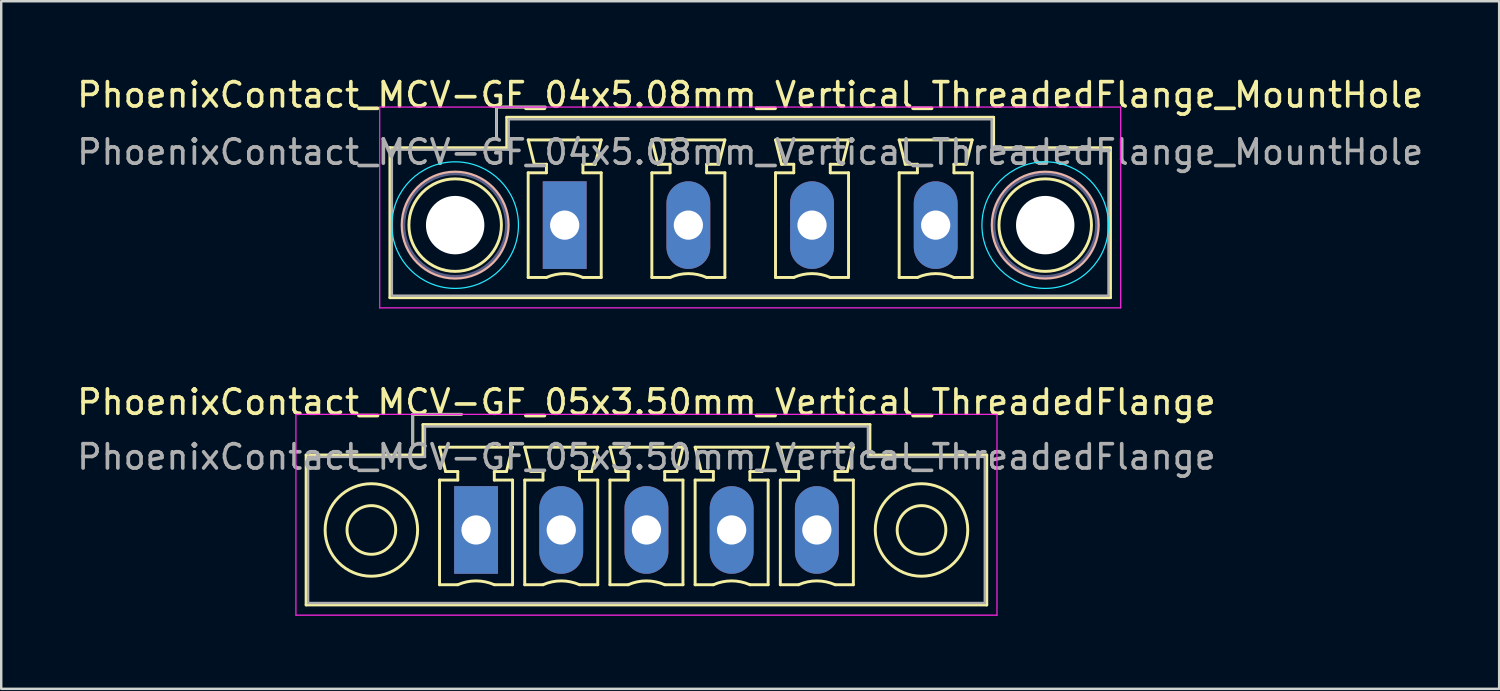
<source format=kicad_pcb>
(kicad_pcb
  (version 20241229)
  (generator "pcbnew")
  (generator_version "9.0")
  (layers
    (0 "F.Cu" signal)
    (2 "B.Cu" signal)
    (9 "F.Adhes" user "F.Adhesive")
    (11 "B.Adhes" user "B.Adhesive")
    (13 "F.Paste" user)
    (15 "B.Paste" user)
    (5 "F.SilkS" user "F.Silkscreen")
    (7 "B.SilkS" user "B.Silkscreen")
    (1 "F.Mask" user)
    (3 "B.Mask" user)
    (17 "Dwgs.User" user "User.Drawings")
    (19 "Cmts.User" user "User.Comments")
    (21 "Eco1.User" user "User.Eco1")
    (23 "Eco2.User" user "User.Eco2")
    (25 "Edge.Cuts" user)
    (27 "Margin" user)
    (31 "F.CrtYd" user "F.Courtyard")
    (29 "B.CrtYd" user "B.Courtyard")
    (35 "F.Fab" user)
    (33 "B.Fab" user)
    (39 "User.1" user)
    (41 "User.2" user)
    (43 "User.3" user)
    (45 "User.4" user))
  (footprint "PhoenixContact_MCV-GF_04x5.08mm_Vertical_ThreadedFlange_MountHole"
    (layer "F.Cu")
    (at 20.148 6.198)
    (property "Reference" "PhoenixContact_MCV-GF_04x5.08mm_Vertical_ThreadedFlange_MountHole" (at 7.62 -5.35 0) (layer "F.SilkS") (effects (font (size 1 1) (thickness 0.15))))
    (attr through_hole)
    (fp_line (start -7.18 -3.18) (end -7.18 2.98) (stroke (width 0.12) (type solid)) (layer "F.SilkS"))
    (fp_line (start -7.18 2.98) (end 22.42 2.98) (stroke (width 0.12) (type solid)) (layer "F.SilkS"))
    (fp_line (start -2.8 -4.85) (end -0.8 -4.85) (stroke (width 0.12) (type solid)) (layer "F.SilkS"))
    (fp_line (start -2.8 -3.6) (end -2.8 -4.85) (stroke (width 0.12) (type solid)) (layer "F.SilkS"))
    (fp_line (start -2.38 -4.43) (end -2.38 -3.18) (stroke (width 0.12) (type solid)) (layer "F.SilkS"))
    (fp_line (start -2.38 -3.18) (end -7.18 -3.18) (stroke (width 0.12) (type solid)) (layer "F.SilkS"))
    (fp_line (start -1.5 -3.5) (end 1.5 -3.5) (stroke (width 0.12) (type solid)) (layer "F.SilkS"))
    (fp_line (start -1.5 -2.15) (end -0.75 -2.15) (stroke (width 0.12) (type solid)) (layer "F.SilkS"))
    (fp_line (start -1.5 2.15) (end -1.5 -2.15) (stroke (width 0.12) (type solid)) (layer "F.SilkS"))
    (fp_line (start -1.25 -2.5) (end -1.5 -3.5) (stroke (width 0.12) (type solid)) (layer "F.SilkS"))
    (fp_line (start -0.75 -2.5) (end -1.25 -2.5) (stroke (width 0.12) (type solid)) (layer "F.SilkS"))
    (fp_line (start -0.75 -2.15) (end -0.75 -2.5) (stroke (width 0.12) (type solid)) (layer "F.SilkS"))
    (fp_line (start -0.75 2.15) (end -1.5 2.15) (stroke (width 0.12) (type solid)) (layer "F.SilkS"))
    (fp_line (start 0.75 -2.5) (end 0.75 -2.15) (stroke (width 0.12) (type solid)) (layer "F.SilkS"))
    (fp_line (start 0.75 -2.15) (end 1.5 -2.15) (stroke (width 0.12) (type solid)) (layer "F.SilkS"))
    (fp_line (start 1.25 -2.5) (end 0.75 -2.5) (stroke (width 0.12) (type solid)) (layer "F.SilkS"))
    (fp_line (start 1.5 -3.5) (end 1.25 -2.5) (stroke (width 0.12) (type solid)) (layer "F.SilkS"))
    (fp_line (start 1.5 -2.15) (end 1.5 2.15) (stroke (width 0.12) (type solid)) (layer "F.SilkS"))
    (fp_line (start 1.5 2.15) (end 0.75 2.15) (stroke (width 0.12) (type solid)) (layer "F.SilkS"))
    (fp_line (start 3.58 -3.5) (end 6.58 -3.5) (stroke (width 0.12) (type solid)) (layer "F.SilkS"))
    (fp_line (start 3.58 -2.15) (end 4.33 -2.15) (stroke (width 0.12) (type solid)) (layer "F.SilkS"))
    (fp_line (start 3.58 2.15) (end 3.58 -2.15) (stroke (width 0.12) (type solid)) (layer "F.SilkS"))
    (fp_line (start 3.83 -2.5) (end 3.58 -3.5) (stroke (width 0.12) (type solid)) (layer "F.SilkS"))
    (fp_line (start 4.33 -2.5) (end 3.83 -2.5) (stroke (width 0.12) (type solid)) (layer "F.SilkS"))
    (fp_line (start 4.33 -2.15) (end 4.33 -2.5) (stroke (width 0.12) (type solid)) (layer "F.SilkS"))
    (fp_line (start 4.33 2.15) (end 3.58 2.15) (stroke (width 0.12) (type solid)) (layer "F.SilkS"))
    (fp_line (start 5.83 -2.5) (end 5.83 -2.15) (stroke (width 0.12) (type solid)) (layer "F.SilkS"))
    (fp_line (start 5.83 -2.15) (end 6.58 -2.15) (stroke (width 0.12) (type solid)) (layer "F.SilkS"))
    (fp_line (start 6.33 -2.5) (end 5.83 -2.5) (stroke (width 0.12) (type solid)) (layer "F.SilkS"))
    (fp_line (start 6.58 -3.5) (end 6.33 -2.5) (stroke (width 0.12) (type solid)) (layer "F.SilkS"))
    (fp_line (start 6.58 -2.15) (end 6.58 2.15) (stroke (width 0.12) (type solid)) (layer "F.SilkS"))
    (fp_line (start 6.58 2.15) (end 5.83 2.15) (stroke (width 0.12) (type solid)) (layer "F.SilkS"))
    (fp_line (start 8.66 -3.5) (end 11.66 -3.5) (stroke (width 0.12) (type solid)) (layer "F.SilkS"))
    (fp_line (start 8.66 -2.15) (end 9.41 -2.15) (stroke (width 0.12) (type solid)) (layer "F.SilkS"))
    (fp_line (start 8.66 2.15) (end 8.66 -2.15) (stroke (width 0.12) (type solid)) (layer "F.SilkS"))
    (fp_line (start 8.91 -2.5) (end 8.66 -3.5) (stroke (width 0.12) (type solid)) (layer "F.SilkS"))
    (fp_line (start 9.41 -2.5) (end 8.91 -2.5) (stroke (width 0.12) (type solid)) (layer "F.SilkS"))
    (fp_line (start 9.41 -2.15) (end 9.41 -2.5) (stroke (width 0.12) (type solid)) (layer "F.SilkS"))
    (fp_line (start 9.41 2.15) (end 8.66 2.15) (stroke (width 0.12) (type solid)) (layer "F.SilkS"))
    (fp_line (start 10.91 -2.5) (end 10.91 -2.15) (stroke (width 0.12) (type solid)) (layer "F.SilkS"))
    (fp_line (start 10.91 -2.15) (end 11.66 -2.15) (stroke (width 0.12) (type solid)) (layer "F.SilkS"))
    (fp_line (start 11.41 -2.5) (end 10.91 -2.5) (stroke (width 0.12) (type solid)) (layer "F.SilkS"))
    (fp_line (start 11.66 -3.5) (end 11.41 -2.5) (stroke (width 0.12) (type solid)) (layer "F.SilkS"))
    (fp_line (start 11.66 -2.15) (end 11.66 2.15) (stroke (width 0.12) (type solid)) (layer "F.SilkS"))
    (fp_line (start 11.66 2.15) (end 10.91 2.15) (stroke (width 0.12) (type solid)) (layer "F.SilkS"))
    (fp_line (start 13.74 -3.5) (end 16.74 -3.5) (stroke (width 0.12) (type solid)) (layer "F.SilkS"))
    (fp_line (start 13.74 -2.15) (end 14.49 -2.15) (stroke (width 0.12) (type solid)) (layer "F.SilkS"))
    (fp_line (start 13.74 2.15) (end 13.74 -2.15) (stroke (width 0.12) (type solid)) (layer "F.SilkS"))
    (fp_line (start 13.99 -2.5) (end 13.74 -3.5) (stroke (width 0.12) (type solid)) (layer "F.SilkS"))
    (fp_line (start 14.49 -2.5) (end 13.99 -2.5) (stroke (width 0.12) (type solid)) (layer "F.SilkS"))
    (fp_line (start 14.49 -2.15) (end 14.49 -2.5) (stroke (width 0.12) (type solid)) (layer "F.SilkS"))
    (fp_line (start 14.49 2.15) (end 13.74 2.15) (stroke (width 0.12) (type solid)) (layer "F.SilkS"))
    (fp_line (start 15.99 -2.5) (end 15.99 -2.15) (stroke (width 0.12) (type solid)) (layer "F.SilkS"))
    (fp_line (start 15.99 -2.15) (end 16.74 -2.15) (stroke (width 0.12) (type solid)) (layer "F.SilkS"))
    (fp_line (start 16.49 -2.5) (end 15.99 -2.5) (stroke (width 0.12) (type solid)) (layer "F.SilkS"))
    (fp_line (start 16.74 -3.5) (end 16.49 -2.5) (stroke (width 0.12) (type solid)) (layer "F.SilkS"))
    (fp_line (start 16.74 -2.15) (end 16.74 2.15) (stroke (width 0.12) (type solid)) (layer "F.SilkS"))
    (fp_line (start 16.74 2.15) (end 15.99 2.15) (stroke (width 0.12) (type solid)) (layer "F.SilkS"))
    (fp_line (start 17.62 -4.43) (end -2.38 -4.43) (stroke (width 0.12) (type solid)) (layer "F.SilkS"))
    (fp_line (start 17.62 -3.18) (end 17.62 -4.43) (stroke (width 0.12) (type solid)) (layer "F.SilkS"))
    (fp_line (start 22.42 -3.18) (end 17.62 -3.18) (stroke (width 0.12) (type solid)) (layer "F.SilkS"))
    (fp_line (start 22.42 2.98) (end 22.42 -3.18) (stroke (width 0.12) (type solid)) (layer "F.SilkS"))
    (fp_arc (start -0.75 2.15) (mid -0.000193 1.99191) (end 0.749647 2.149844) (stroke (width 0.12) (type solid)) (layer "F.SilkS"))
    (fp_arc (start 4.33 2.15) (mid 5.079807 1.99191) (end 5.829647 2.149844) (stroke (width 0.12) (type solid)) (layer "F.SilkS"))
    (fp_arc (start 9.41 2.15) (mid 10.159807 1.99191) (end 10.909647 2.149844) (stroke (width 0.12) (type solid)) (layer "F.SilkS"))
    (fp_arc (start 14.49 2.15) (mid 15.239807 1.99191) (end 15.989647 2.149844) (stroke (width 0.12) (type solid)) (layer "F.SilkS"))
    (fp_circle (center -4.5 0) (end -2.6 0) (stroke (width 0.12) (type solid)) (fill no) (layer "F.SilkS"))
    (fp_circle (center 19.74 0) (end 21.64 0) (stroke (width 0.12) (type solid)) (fill no) (layer "F.SilkS"))
    (fp_circle (center -4.5 0) (end -2.32 0) (stroke (width 0.12) (type solid)) (fill no) (layer "B.SilkS"))
    (fp_circle (center 19.74 0) (end 21.92 0) (stroke (width 0.12) (type solid)) (fill no) (layer "B.SilkS"))
    (fp_circle (center -4.5 0) (end -1.9 0) (stroke (width 0.05) (type solid)) (fill no) (layer "B.CrtYd"))
    (fp_circle (center 19.74 0) (end 22.34 0) (stroke (width 0.05) (type solid)) (fill no) (layer "B.CrtYd"))
    (fp_line (start -7.6 -4.85) (end -7.6 3.4) (stroke (width 0.05) (type solid)) (layer "F.CrtYd"))
    (fp_line (start -7.6 3.4) (end 22.84 3.4) (stroke (width 0.05) (type solid)) (layer "F.CrtYd"))
    (fp_line (start 22.84 -4.85) (end -7.6 -4.85) (stroke (width 0.05) (type solid)) (layer "F.CrtYd"))
    (fp_line (start 22.84 3.4) (end 22.84 -4.85) (stroke (width 0.05) (type solid)) (layer "F.CrtYd"))
    (fp_circle (center -4.5 0) (end -2.4 0) (stroke (width 0.1) (type solid)) (fill no) (layer "B.Fab"))
    (fp_circle (center 19.74 0) (end 21.84 0) (stroke (width 0.1) (type solid)) (fill no) (layer "B.Fab"))
    (fp_line (start -7.1 -3.1) (end -7.1 2.9) (stroke (width 0.1) (type solid)) (layer "F.Fab"))
    (fp_line (start -7.1 2.9) (end 22.34 2.9) (stroke (width 0.1) (type solid)) (layer "F.Fab"))
    (fp_line (start -2.8 -4.85) (end -0.8 -4.85) (stroke (width 0.1) (type solid)) (layer "F.Fab"))
    (fp_line (start -2.8 -3.6) (end -2.8 -4.85) (stroke (width 0.1) (type solid)) (layer "F.Fab"))
    (fp_line (start -2.3 -4.35) (end -2.3 -3.1) (stroke (width 0.1) (type solid)) (layer "F.Fab"))
    (fp_line (start -2.3 -3.1) (end -7.1 -3.1) (stroke (width 0.1) (type solid)) (layer "F.Fab"))
    (fp_line (start 17.54 -4.35) (end -2.3 -4.35) (stroke (width 0.1) (type solid)) (layer "F.Fab"))
    (fp_line (start 17.54 -3.1) (end 17.54 -4.35) (stroke (width 0.1) (type solid)) (layer "F.Fab"))
    (fp_line (start 22.34 -3.1) (end 17.54 -3.1) (stroke (width 0.1) (type solid)) (layer "F.Fab"))
    (fp_line (start 22.34 2.9) (end 22.34 -3.1) (stroke (width 0.1) (type solid)) (layer "F.Fab"))
    (fp_text user "${REFERENCE}" (at 7.62 -3 0) (layer "F.Fab") (effects (font (size 1 1) (thickness 0.15))))
    (pad "" np_thru_hole circle (at -4.5 0) (size 2.4 2.4) (drill 2.4) (layers "*.Cu" "*.Mask"))
    (pad "" np_thru_hole circle (at 19.74 0) (size 2.4 2.4) (drill 2.4) (layers "*.Cu" "*.Mask"))
    (pad "1" thru_hole rect (at 0 0) (size 1.8 3.6) (drill 1.2) (layers "*.Cu" "*.Mask"))
    (pad "2" thru_hole oval (at 5.08 0) (size 1.8 3.6) (drill 1.2) (layers "*.Cu" "*.Mask"))
    (pad "3" thru_hole oval (at 10.16 0) (size 1.8 3.6) (drill 1.2) (layers "*.Cu" "*.Mask"))
    (pad "4" thru_hole oval (at 15.24 0) (size 1.8 3.6) (drill 1.2) (layers "*.Cu" "*.Mask")))
  (footprint "PhoenixContact_MCV-GF_05x3.50mm_Vertical_ThreadedFlange"
    (layer "F.Cu")
    (at 16.506 18.721)
    (property "Reference" "PhoenixContact_MCV-GF_05x3.50mm_Vertical_ThreadedFlange" (at 7 -5.25 0) (layer "F.SilkS") (effects (font (size 1 1) (thickness 0.15))))
    (attr through_hole)
    (fp_line (start -6.98 -3.08) (end -6.98 3.08) (stroke (width 0.12) (type solid)) (layer "F.SilkS"))
    (fp_line (start -6.98 3.08) (end 20.98 3.08) (stroke (width 0.12) (type solid)) (layer "F.SilkS"))
    (fp_line (start -2.6 -4.75) (end -0.6 -4.75) (stroke (width 0.12) (type solid)) (layer "F.SilkS"))
    (fp_line (start -2.6 -3.5) (end -2.6 -4.75) (stroke (width 0.12) (type solid)) (layer "F.SilkS"))
    (fp_line (start -2.18 -4.33) (end -2.18 -3.08) (stroke (width 0.12) (type solid)) (layer "F.SilkS"))
    (fp_line (start -2.18 -3.08) (end -6.98 -3.08) (stroke (width 0.12) (type solid)) (layer "F.SilkS"))
    (fp_line (start -1.5 -3.4) (end 1.5 -3.4) (stroke (width 0.12) (type solid)) (layer "F.SilkS"))
    (fp_line (start -1.5 -2.05) (end -0.75 -2.05) (stroke (width 0.12) (type solid)) (layer "F.SilkS"))
    (fp_line (start -1.5 2.25) (end -1.5 -2.05) (stroke (width 0.12) (type solid)) (layer "F.SilkS"))
    (fp_line (start -1.25 -2.4) (end -1.5 -3.4) (stroke (width 0.12) (type solid)) (layer "F.SilkS"))
    (fp_line (start -0.75 -2.4) (end -1.25 -2.4) (stroke (width 0.12) (type solid)) (layer "F.SilkS"))
    (fp_line (start -0.75 -2.05) (end -0.75 -2.4) (stroke (width 0.12) (type solid)) (layer "F.SilkS"))
    (fp_line (start -0.75 2.25) (end -1.5 2.25) (stroke (width 0.12) (type solid)) (layer "F.SilkS"))
    (fp_line (start 0.75 -2.4) (end 0.75 -2.05) (stroke (width 0.12) (type solid)) (layer "F.SilkS"))
    (fp_line (start 0.75 -2.05) (end 1.5 -2.05) (stroke (width 0.12) (type solid)) (layer "F.SilkS"))
    (fp_line (start 1.25 -2.4) (end 0.75 -2.4) (stroke (width 0.12) (type solid)) (layer "F.SilkS"))
    (fp_line (start 1.5 -3.4) (end 1.25 -2.4) (stroke (width 0.12) (type solid)) (layer "F.SilkS"))
    (fp_line (start 1.5 -2.05) (end 1.5 2.25) (stroke (width 0.12) (type solid)) (layer "F.SilkS"))
    (fp_line (start 1.5 2.25) (end 0.75 2.25) (stroke (width 0.12) (type solid)) (layer "F.SilkS"))
    (fp_line (start 2 -3.4) (end 5 -3.4) (stroke (width 0.12) (type solid)) (layer "F.SilkS"))
    (fp_line (start 2 -2.05) (end 2.75 -2.05) (stroke (width 0.12) (type solid)) (layer "F.SilkS"))
    (fp_line (start 2 2.25) (end 2 -2.05) (stroke (width 0.12) (type solid)) (layer "F.SilkS"))
    (fp_line (start 2.25 -2.4) (end 2 -3.4) (stroke (width 0.12) (type solid)) (layer "F.SilkS"))
    (fp_line (start 2.75 -2.4) (end 2.25 -2.4) (stroke (width 0.12) (type solid)) (layer "F.SilkS"))
    (fp_line (start 2.75 -2.05) (end 2.75 -2.4) (stroke (width 0.12) (type solid)) (layer "F.SilkS"))
    (fp_line (start 2.75 2.25) (end 2 2.25) (stroke (width 0.12) (type solid)) (layer "F.SilkS"))
    (fp_line (start 4.25 -2.4) (end 4.25 -2.05) (stroke (width 0.12) (type solid)) (layer "F.SilkS"))
    (fp_line (start 4.25 -2.05) (end 5 -2.05) (stroke (width 0.12) (type solid)) (layer "F.SilkS"))
    (fp_line (start 4.75 -2.4) (end 4.25 -2.4) (stroke (width 0.12) (type solid)) (layer "F.SilkS"))
    (fp_line (start 5 -3.4) (end 4.75 -2.4) (stroke (width 0.12) (type solid)) (layer "F.SilkS"))
    (fp_line (start 5 -2.05) (end 5 2.25) (stroke (width 0.12) (type solid)) (layer "F.SilkS"))
    (fp_line (start 5 2.25) (end 4.25 2.25) (stroke (width 0.12) (type solid)) (layer "F.SilkS"))
    (fp_line (start 5.5 -3.4) (end 8.5 -3.4) (stroke (width 0.12) (type solid)) (layer "F.SilkS"))
    (fp_line (start 5.5 -2.05) (end 6.25 -2.05) (stroke (width 0.12) (type solid)) (layer "F.SilkS"))
    (fp_line (start 5.5 2.25) (end 5.5 -2.05) (stroke (width 0.12) (type solid)) (layer "F.SilkS"))
    (fp_line (start 5.75 -2.4) (end 5.5 -3.4) (stroke (width 0.12) (type solid)) (layer "F.SilkS"))
    (fp_line (start 6.25 -2.4) (end 5.75 -2.4) (stroke (width 0.12) (type solid)) (layer "F.SilkS"))
    (fp_line (start 6.25 -2.05) (end 6.25 -2.4) (stroke (width 0.12) (type solid)) (layer "F.SilkS"))
    (fp_line (start 6.25 2.25) (end 5.5 2.25) (stroke (width 0.12) (type solid)) (layer "F.SilkS"))
    (fp_line (start 7.75 -2.4) (end 7.75 -2.05) (stroke (width 0.12) (type solid)) (layer "F.SilkS"))
    (fp_line (start 7.75 -2.05) (end 8.5 -2.05) (stroke (width 0.12) (type solid)) (layer "F.SilkS"))
    (fp_line (start 8.25 -2.4) (end 7.75 -2.4) (stroke (width 0.12) (type solid)) (layer "F.SilkS"))
    (fp_line (start 8.5 -3.4) (end 8.25 -2.4) (stroke (width 0.12) (type solid)) (layer "F.SilkS"))
    (fp_line (start 8.5 -2.05) (end 8.5 2.25) (stroke (width 0.12) (type solid)) (layer "F.SilkS"))
    (fp_line (start 8.5 2.25) (end 7.75 2.25) (stroke (width 0.12) (type solid)) (layer "F.SilkS"))
    (fp_line (start 9 -3.4) (end 12 -3.4) (stroke (width 0.12) (type solid)) (layer "F.SilkS"))
    (fp_line (start 9 -2.05) (end 9.75 -2.05) (stroke (width 0.12) (type solid)) (layer "F.SilkS"))
    (fp_line (start 9 2.25) (end 9 -2.05) (stroke (width 0.12) (type solid)) (layer "F.SilkS"))
    (fp_line (start 9.25 -2.4) (end 9 -3.4) (stroke (width 0.12) (type solid)) (layer "F.SilkS"))
    (fp_line (start 9.75 -2.4) (end 9.25 -2.4) (stroke (width 0.12) (type solid)) (layer "F.SilkS"))
    (fp_line (start 9.75 -2.05) (end 9.75 -2.4) (stroke (width 0.12) (type solid)) (layer "F.SilkS"))
    (fp_line (start 9.75 2.25) (end 9 2.25) (stroke (width 0.12) (type solid)) (layer "F.SilkS"))
    (fp_line (start 11.25 -2.4) (end 11.25 -2.05) (stroke (width 0.12) (type solid)) (layer "F.SilkS"))
    (fp_line (start 11.25 -2.05) (end 12 -2.05) (stroke (width 0.12) (type solid)) (layer "F.SilkS"))
    (fp_line (start 11.75 -2.4) (end 11.25 -2.4) (stroke (width 0.12) (type solid)) (layer "F.SilkS"))
    (fp_line (start 12 -3.4) (end 11.75 -2.4) (stroke (width 0.12) (type solid)) (layer "F.SilkS"))
    (fp_line (start 12 -2.05) (end 12 2.25) (stroke (width 0.12) (type solid)) (layer "F.SilkS"))
    (fp_line (start 12 2.25) (end 11.25 2.25) (stroke (width 0.12) (type solid)) (layer "F.SilkS"))
    (fp_line (start 12.5 -3.4) (end 15.5 -3.4) (stroke (width 0.12) (type solid)) (layer "F.SilkS"))
    (fp_line (start 12.5 -2.05) (end 13.25 -2.05) (stroke (width 0.12) (type solid)) (layer "F.SilkS"))
    (fp_line (start 12.5 2.25) (end 12.5 -2.05) (stroke (width 0.12) (type solid)) (layer "F.SilkS"))
    (fp_line (start 12.75 -2.4) (end 12.5 -3.4) (stroke (width 0.12) (type solid)) (layer "F.SilkS"))
    (fp_line (start 13.25 -2.4) (end 12.75 -2.4) (stroke (width 0.12) (type solid)) (layer "F.SilkS"))
    (fp_line (start 13.25 -2.05) (end 13.25 -2.4) (stroke (width 0.12) (type solid)) (layer "F.SilkS"))
    (fp_line (start 13.25 2.25) (end 12.5 2.25) (stroke (width 0.12) (type solid)) (layer "F.SilkS"))
    (fp_line (start 14.75 -2.4) (end 14.75 -2.05) (stroke (width 0.12) (type solid)) (layer "F.SilkS"))
    (fp_line (start 14.75 -2.05) (end 15.5 -2.05) (stroke (width 0.12) (type solid)) (layer "F.SilkS"))
    (fp_line (start 15.25 -2.4) (end 14.75 -2.4) (stroke (width 0.12) (type solid)) (layer "F.SilkS"))
    (fp_line (start 15.5 -3.4) (end 15.25 -2.4) (stroke (width 0.12) (type solid)) (layer "F.SilkS"))
    (fp_line (start 15.5 -2.05) (end 15.5 2.25) (stroke (width 0.12) (type solid)) (layer "F.SilkS"))
    (fp_line (start 15.5 2.25) (end 14.75 2.25) (stroke (width 0.12) (type solid)) (layer "F.SilkS"))
    (fp_line (start 16.18 -4.33) (end -2.18 -4.33) (stroke (width 0.12) (type solid)) (layer "F.SilkS"))
    (fp_line (start 16.18 -3.08) (end 16.18 -4.33) (stroke (width 0.12) (type solid)) (layer "F.SilkS"))
    (fp_line (start 20.98 -3.08) (end 16.18 -3.08) (stroke (width 0.12) (type solid)) (layer "F.SilkS"))
    (fp_line (start 20.98 3.08) (end 20.98 -3.08) (stroke (width 0.12) (type solid)) (layer "F.SilkS"))
    (fp_arc (start -0.75 2.25) (mid -0.000193 2.09191) (end 0.749647 2.249844) (stroke (width 0.12) (type solid)) (layer "F.SilkS"))
    (fp_arc (start 2.75 2.25) (mid 3.499807 2.09191) (end 4.249647 2.249844) (stroke (width 0.12) (type solid)) (layer "F.SilkS"))
    (fp_arc (start 6.25 2.25) (mid 6.999807 2.09191) (end 7.749647 2.249844) (stroke (width 0.12) (type solid)) (layer "F.SilkS"))
    (fp_arc (start 9.75 2.25) (mid 10.499807 2.09191) (end 11.249647 2.249844) (stroke (width 0.12) (type solid)) (layer "F.SilkS"))
    (fp_arc (start 13.25 2.25) (mid 13.999807 2.09191) (end 14.749647 2.249844) (stroke (width 0.12) (type solid)) (layer "F.SilkS"))
    (fp_circle (center -4.3 0) (end -3.3 0) (stroke (width 0.12) (type solid)) (fill no) (layer "F.SilkS"))
    (fp_circle (center -4.3 0) (end -2.4 0) (stroke (width 0.12) (type solid)) (fill no) (layer "F.SilkS"))
    (fp_circle (center 18.3 0) (end 19.3 0) (stroke (width 0.12) (type solid)) (fill no) (layer "F.SilkS"))
    (fp_circle (center 18.3 0) (end 20.2 0) (stroke (width 0.12) (type solid)) (fill no) (layer "F.SilkS"))
    (fp_line (start -7.4 -4.75) (end -7.4 3.5) (stroke (width 0.05) (type solid)) (layer "F.CrtYd"))
    (fp_line (start -7.4 3.5) (end 21.4 3.5) (stroke (width 0.05) (type solid)) (layer "F.CrtYd"))
    (fp_line (start 21.4 -4.75) (end -7.4 -4.75) (stroke (width 0.05) (type solid)) (layer "F.CrtYd"))
    (fp_line (start 21.4 3.5) (end 21.4 -4.75) (stroke (width 0.05) (type solid)) (layer "F.CrtYd"))
    (fp_line (start -6.9 -3) (end -6.9 3) (stroke (width 0.1) (type solid)) (layer "F.Fab"))
    (fp_line (start -6.9 3) (end 20.9 3) (stroke (width 0.1) (type solid)) (layer "F.Fab"))
    (fp_line (start -2.6 -4.75) (end -0.6 -4.75) (stroke (width 0.1) (type solid)) (layer "F.Fab"))
    (fp_line (start -2.6 -3.5) (end -2.6 -4.75) (stroke (width 0.1) (type solid)) (layer "F.Fab"))
    (fp_line (start -2.1 -4.25) (end -2.1 -3) (stroke (width 0.1) (type solid)) (layer "F.Fab"))
    (fp_line (start -2.1 -3) (end -6.9 -3) (stroke (width 0.1) (type solid)) (layer "F.Fab"))
    (fp_line (start 16.1 -4.25) (end -2.1 -4.25) (stroke (width 0.1) (type solid)) (layer "F.Fab"))
    (fp_line (start 16.1 -3) (end 16.1 -4.25) (stroke (width 0.1) (type solid)) (layer "F.Fab"))
    (fp_line (start 20.9 -3) (end 16.1 -3) (stroke (width 0.1) (type solid)) (layer "F.Fab"))
    (fp_line (start 20.9 3) (end 20.9 -3) (stroke (width 0.1) (type solid)) (layer "F.Fab"))
    (fp_text user "${REFERENCE}" (at 7 -3 0) (layer "F.Fab") (effects (font (size 1 1) (thickness 0.15))))
    (pad "1" thru_hole rect (at 0 0) (size 1.8 3.6) (drill 1.2) (layers "*.Cu" "*.Mask"))
    (pad "2" thru_hole oval (at 3.5 0) (size 1.8 3.6) (drill 1.2) (layers "*.Cu" "*.Mask"))
    (pad "3" thru_hole oval (at 7 0) (size 1.8 3.6) (drill 1.2) (layers "*.Cu" "*.Mask"))
    (pad "4" thru_hole oval (at 10.5 0) (size 1.8 3.6) (drill 1.2) (layers "*.Cu" "*.Mask"))
    (pad "5" thru_hole oval (at 14 0) (size 1.8 3.6) (drill 1.2) (layers "*.Cu" "*.Mask")))
  (gr_rect
    (start -3 -3)
    (end 58.536 25.247)
    (stroke (width 0.1) (type default))
    (fill no)
    (layer "Edge.Cuts")))
</source>
